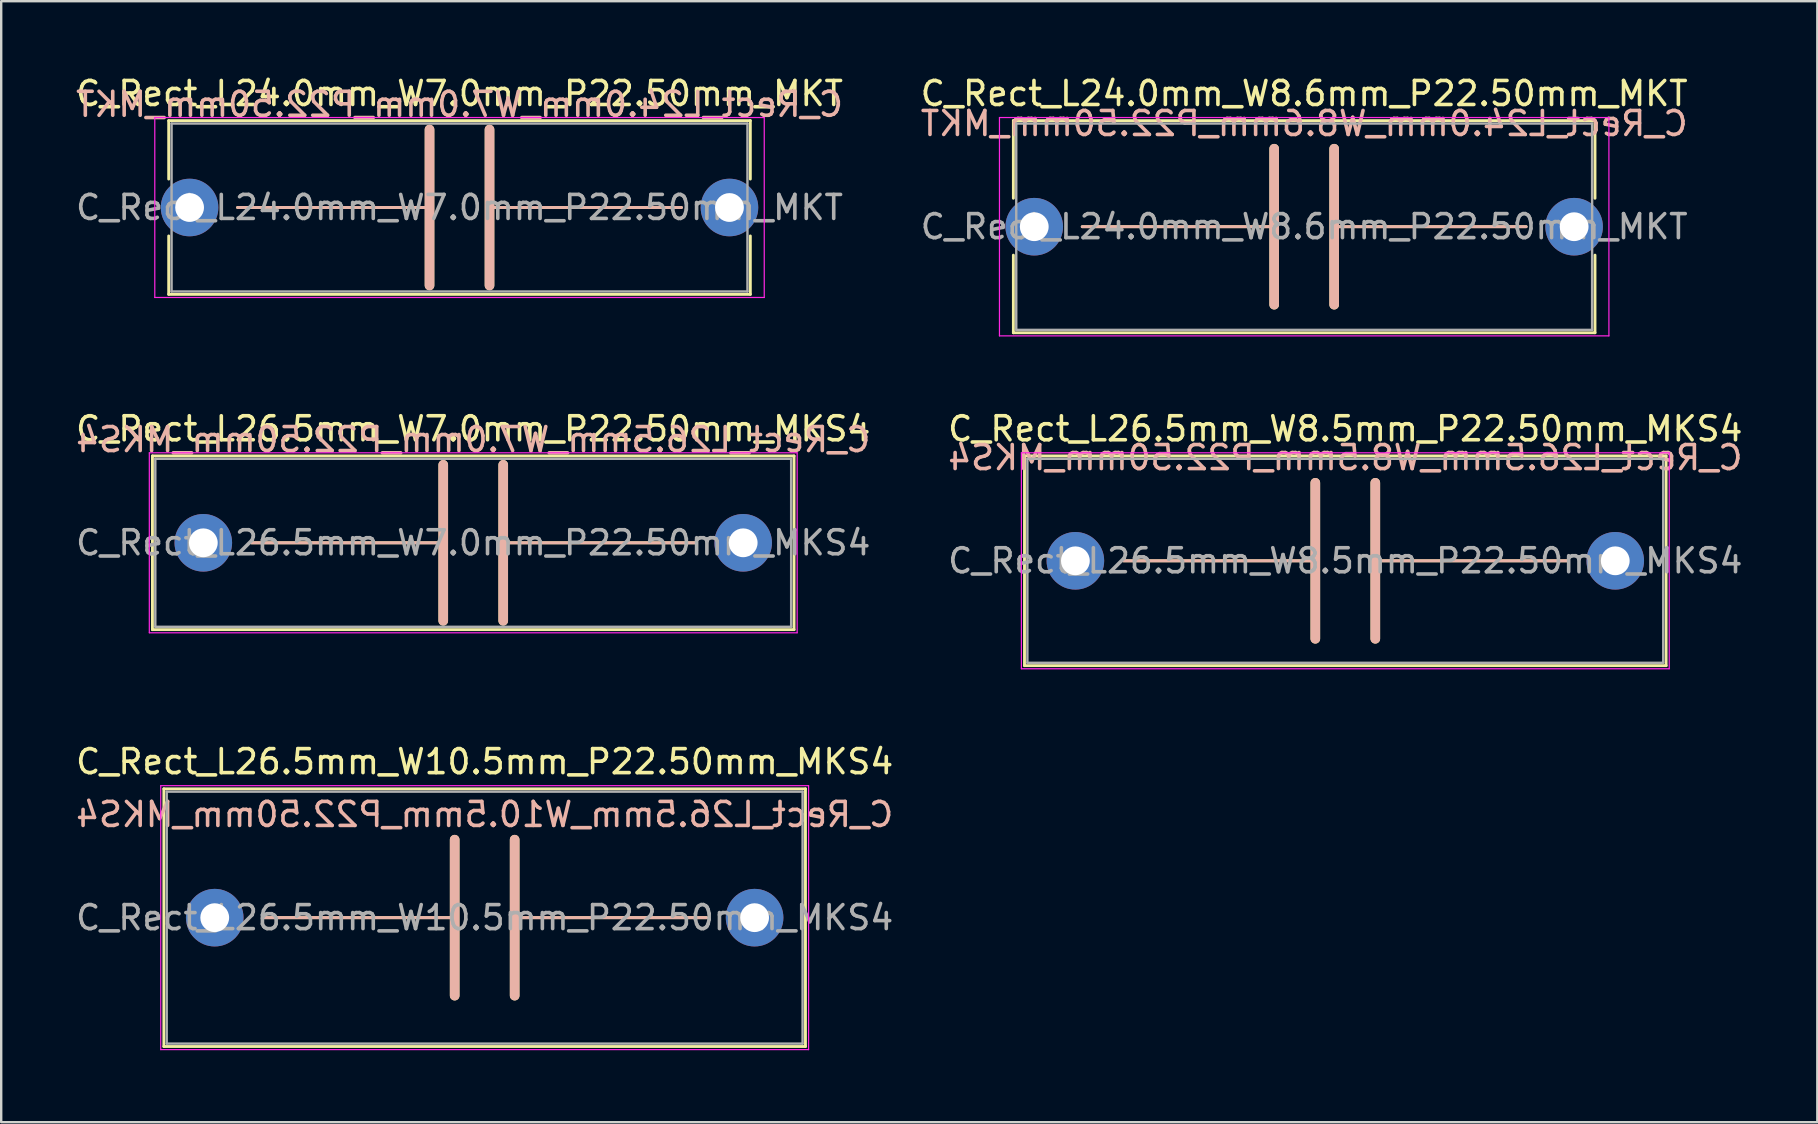
<source format=kicad_pcb>
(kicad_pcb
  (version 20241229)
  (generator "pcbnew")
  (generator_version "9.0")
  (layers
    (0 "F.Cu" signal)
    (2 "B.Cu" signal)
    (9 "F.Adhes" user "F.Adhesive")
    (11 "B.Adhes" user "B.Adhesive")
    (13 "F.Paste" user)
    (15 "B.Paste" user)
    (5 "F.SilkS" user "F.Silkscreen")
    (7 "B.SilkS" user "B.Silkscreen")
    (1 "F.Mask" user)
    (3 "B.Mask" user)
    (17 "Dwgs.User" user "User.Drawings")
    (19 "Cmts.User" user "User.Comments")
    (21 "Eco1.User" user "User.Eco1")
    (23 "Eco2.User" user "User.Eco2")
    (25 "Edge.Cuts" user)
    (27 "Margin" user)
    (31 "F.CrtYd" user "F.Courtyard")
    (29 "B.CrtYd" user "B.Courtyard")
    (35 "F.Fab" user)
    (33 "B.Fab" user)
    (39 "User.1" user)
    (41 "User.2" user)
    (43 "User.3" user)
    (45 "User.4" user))
  (footprint "C_Rect_L24.0mm_W7.0mm_P22.50mm_MKT"
    (layer "F.Cu")
    (at 4.851 5.598)
    (property "Reference" "C_Rect_L24.0mm_W7.0mm_P22.50mm_MKT" (at 11.25 -4.75 0) (layer "F.SilkS") (effects (font (size 1 1) (thickness 0.15))))
    (fp_line (start -0.87 -3.62) (end -0.87 -1.185) (stroke (width 0.12) (type solid)) (layer "F.SilkS"))
    (fp_line (start -0.87 -3.62) (end 23.37 -3.62) (stroke (width 0.12) (type solid)) (layer "F.SilkS"))
    (fp_line (start -0.87 1.185) (end -0.87 3.62) (stroke (width 0.12) (type solid)) (layer "F.SilkS"))
    (fp_line (start -0.87 3.62) (end 23.37 3.62) (stroke (width 0.12) (type solid)) (layer "F.SilkS"))
    (fp_line (start 2 0) (end 10 0) (stroke (width 0.12) (type solid)) (layer "F.SilkS"))
    (fp_line (start 10 -3.25) (end 10 3.25) (stroke (width 0.4) (type solid)) (layer "F.SilkS"))
    (fp_line (start 12.5 -3.25) (end 12.5 3.25) (stroke (width 0.4) (type solid)) (layer "F.SilkS"))
    (fp_line (start 12.5 0) (end 20.5 0) (stroke (width 0.12) (type solid)) (layer "F.SilkS"))
    (fp_line (start 23.37 -3.62) (end 23.37 -1.185) (stroke (width 0.12) (type solid)) (layer "F.SilkS"))
    (fp_line (start 23.37 1.185) (end 23.37 3.62) (stroke (width 0.12) (type solid)) (layer "F.SilkS"))
    (fp_line (start 2 0) (end 10 0) (stroke (width 0.12) (type solid)) (layer "B.SilkS"))
    (fp_line (start 10 3.25) (end 10 -3.25) (stroke (width 0.4) (type solid)) (layer "B.SilkS"))
    (fp_line (start 12.5 0) (end 20.5 0) (stroke (width 0.12) (type solid)) (layer "B.SilkS"))
    (fp_line (start 12.5 3.25) (end 12.5 -3.25) (stroke (width 0.4) (type solid)) (layer "B.SilkS"))
    (fp_line (start -1.45 -3.75) (end -1.45 3.75) (stroke (width 0.05) (type solid)) (layer "F.CrtYd"))
    (fp_line (start -1.45 3.75) (end 23.95 3.75) (stroke (width 0.05) (type solid)) (layer "F.CrtYd"))
    (fp_line (start 23.95 -3.75) (end -1.45 -3.75) (stroke (width 0.05) (type solid)) (layer "F.CrtYd"))
    (fp_line (start 23.95 3.75) (end 23.95 -3.75) (stroke (width 0.05) (type solid)) (layer "F.CrtYd"))
    (fp_line (start -0.75 -3.5) (end -0.75 3.5) (stroke (width 0.1) (type solid)) (layer "F.Fab"))
    (fp_line (start -0.75 3.5) (end 23.25 3.5) (stroke (width 0.1) (type solid)) (layer "F.Fab"))
    (fp_line (start 23.25 -3.5) (end -0.75 -3.5) (stroke (width 0.1) (type solid)) (layer "F.Fab"))
    (fp_line (start 23.25 3.5) (end 23.25 -3.5) (stroke (width 0.1) (type solid)) (layer "F.Fab"))
    (fp_text user "${REFERENCE}" (at 11.25 -4.3 0) (layer "B.SilkS") (effects (font (size 1 1) (thickness 0.15)) (justify mirror)))
    (fp_text user "${REFERENCE}" (at 11.25 0 0) (layer "F.Fab") (effects (font (size 1 1) (thickness 0.15))))
    (pad "1" thru_hole circle (at 0 0) (size 2.4 2.4) (drill 1.2) (layers "*.Cu" "*.Mask"))
    (pad "2" thru_hole circle (at 22.5 0) (size 2.4 2.4) (drill 1.2) (layers "*.Cu" "*.Mask")))
  (footprint "C_Rect_L26.5mm_W7.0mm_P22.50mm_MKS4"
    (layer "F.Cu")
    (at 5.423 19.572)
    (property "Reference" "C_Rect_L26.5mm_W7.0mm_P22.50mm_MKS4" (at 11.25 -4.75 0) (layer "F.SilkS") (effects (font (size 1 1) (thickness 0.15))))
    (fp_line (start -2.12 -3.62) (end -2.12 3.62) (stroke (width 0.12) (type solid)) (layer "F.SilkS"))
    (fp_line (start -2.12 -3.62) (end 24.62 -3.62) (stroke (width 0.12) (type solid)) (layer "F.SilkS"))
    (fp_line (start -2.12 3.62) (end 24.62 3.62) (stroke (width 0.12) (type solid)) (layer "F.SilkS"))
    (fp_line (start 2 0) (end 10 0) (stroke (width 0.12) (type solid)) (layer "F.SilkS"))
    (fp_line (start 10 -3.25) (end 10 3.25) (stroke (width 0.4) (type solid)) (layer "F.SilkS"))
    (fp_line (start 12.5 -3.25) (end 12.5 3.25) (stroke (width 0.4) (type solid)) (layer "F.SilkS"))
    (fp_line (start 12.5 0) (end 20.5 0) (stroke (width 0.12) (type solid)) (layer "F.SilkS"))
    (fp_line (start 24.62 -3.62) (end 24.62 3.62) (stroke (width 0.12) (type solid)) (layer "F.SilkS"))
    (fp_line (start 2 0) (end 10 0) (stroke (width 0.12) (type solid)) (layer "B.SilkS"))
    (fp_line (start 10 3.25) (end 10 -3.25) (stroke (width 0.4) (type solid)) (layer "B.SilkS"))
    (fp_line (start 12.5 0) (end 20.5 0) (stroke (width 0.12) (type solid)) (layer "B.SilkS"))
    (fp_line (start 12.5 3.25) (end 12.5 -3.25) (stroke (width 0.4) (type solid)) (layer "B.SilkS"))
    (fp_line (start -2.25 -3.75) (end -2.25 3.75) (stroke (width 0.05) (type solid)) (layer "F.CrtYd"))
    (fp_line (start -2.25 3.75) (end 24.75 3.75) (stroke (width 0.05) (type solid)) (layer "F.CrtYd"))
    (fp_line (start 24.75 -3.75) (end -2.25 -3.75) (stroke (width 0.05) (type solid)) (layer "F.CrtYd"))
    (fp_line (start 24.75 3.75) (end 24.75 -3.75) (stroke (width 0.05) (type solid)) (layer "F.CrtYd"))
    (fp_line (start -2 -3.5) (end -2 3.5) (stroke (width 0.1) (type solid)) (layer "F.Fab"))
    (fp_line (start -2 3.5) (end 24.5 3.5) (stroke (width 0.1) (type solid)) (layer "F.Fab"))
    (fp_line (start 24.5 -3.5) (end -2 -3.5) (stroke (width 0.1) (type solid)) (layer "F.Fab"))
    (fp_line (start 24.5 3.5) (end 24.5 -3.5) (stroke (width 0.1) (type solid)) (layer "F.Fab"))
    (fp_text user "${REFERENCE}" (at 11.25 -4.3 0) (layer "B.SilkS") (effects (font (size 1 1) (thickness 0.15)) (justify mirror)))
    (fp_text user "${REFERENCE}" (at 11.25 0 0) (layer "F.Fab") (effects (font (size 1 1) (thickness 0.15))))
    (pad "1" thru_hole circle (at 0 0) (size 2.4 2.4) (drill 1.2) (layers "*.Cu" "*.Mask"))
    (pad "2" thru_hole circle (at 22.5 0) (size 2.4 2.4) (drill 1.2) (layers "*.Cu" "*.Mask")))
  (footprint "C_Rect_L24.0mm_W8.6mm_P22.50mm_MKT"
    (layer "F.Cu")
    (at 40.054 6.398)
    (property "Reference" "C_Rect_L24.0mm_W8.6mm_P22.50mm_MKT" (at 11.25 -5.55 0) (layer "F.SilkS") (effects (font (size 1 1) (thickness 0.15))))
    (fp_line (start -0.87 -4.42) (end -0.87 -1.185) (stroke (width 0.12) (type solid)) (layer "F.SilkS"))
    (fp_line (start -0.87 -4.42) (end 23.37 -4.42) (stroke (width 0.12) (type solid)) (layer "F.SilkS"))
    (fp_line (start -0.87 1.185) (end -0.87 4.42) (stroke (width 0.12) (type solid)) (layer "F.SilkS"))
    (fp_line (start -0.87 4.42) (end 23.37 4.42) (stroke (width 0.12) (type solid)) (layer "F.SilkS"))
    (fp_line (start 2 0) (end 10 0) (stroke (width 0.12) (type solid)) (layer "F.SilkS"))
    (fp_line (start 10 -3.25) (end 10 3.25) (stroke (width 0.4) (type solid)) (layer "F.SilkS"))
    (fp_line (start 12.5 -3.25) (end 12.5 3.25) (stroke (width 0.4) (type solid)) (layer "F.SilkS"))
    (fp_line (start 12.5 0) (end 20.5 0) (stroke (width 0.12) (type solid)) (layer "F.SilkS"))
    (fp_line (start 23.37 -4.42) (end 23.37 -1.185) (stroke (width 0.12) (type solid)) (layer "F.SilkS"))
    (fp_line (start 23.37 1.185) (end 23.37 4.42) (stroke (width 0.12) (type solid)) (layer "F.SilkS"))
    (fp_line (start 2 0) (end 10 0) (stroke (width 0.12) (type solid)) (layer "B.SilkS"))
    (fp_line (start 10 3.25) (end 10 -3.25) (stroke (width 0.4) (type solid)) (layer "B.SilkS"))
    (fp_line (start 12.5 0) (end 20.5 0) (stroke (width 0.12) (type solid)) (layer "B.SilkS"))
    (fp_line (start 12.5 3.25) (end 12.5 -3.25) (stroke (width 0.4) (type solid)) (layer "B.SilkS"))
    (fp_line (start -1.45 -4.55) (end -1.45 4.55) (stroke (width 0.05) (type solid)) (layer "F.CrtYd"))
    (fp_line (start -1.45 4.55) (end 23.95 4.55) (stroke (width 0.05) (type solid)) (layer "F.CrtYd"))
    (fp_line (start 23.95 -4.55) (end -1.45 -4.55) (stroke (width 0.05) (type solid)) (layer "F.CrtYd"))
    (fp_line (start 23.95 4.55) (end 23.95 -4.55) (stroke (width 0.05) (type solid)) (layer "F.CrtYd"))
    (fp_line (start -0.75 -4.3) (end -0.75 4.3) (stroke (width 0.1) (type solid)) (layer "F.Fab"))
    (fp_line (start -0.75 4.3) (end 23.25 4.3) (stroke (width 0.1) (type solid)) (layer "F.Fab"))
    (fp_line (start 23.25 -4.3) (end -0.75 -4.3) (stroke (width 0.1) (type solid)) (layer "F.Fab"))
    (fp_line (start 23.25 4.3) (end 23.25 -4.3) (stroke (width 0.1) (type solid)) (layer "F.Fab"))
    (fp_text user "${REFERENCE}" (at 11.25 -4.3 0) (layer "B.SilkS") (effects (font (size 1 1) (thickness 0.15)) (justify mirror)))
    (fp_text user "${REFERENCE}" (at 11.25 0 0) (layer "F.Fab") (effects (font (size 1 1) (thickness 0.15))))
    (pad "1" thru_hole circle (at 0 0) (size 2.4 2.4) (drill 1.2) (layers "*.Cu" "*.Mask"))
    (pad "2" thru_hole circle (at 22.5 0) (size 2.4 2.4) (drill 1.2) (layers "*.Cu" "*.Mask")))
  (footprint "C_Rect_L26.5mm_W8.5mm_P22.50mm_MKS4"
    (layer "F.Cu")
    (at 41.768 20.322)
    (property "Reference" "C_Rect_L26.5mm_W8.5mm_P22.50mm_MKS4" (at 11.25 -5.5 0) (layer "F.SilkS") (effects (font (size 1 1) (thickness 0.15))))
    (fp_line (start -2.12 -4.37) (end -2.12 4.37) (stroke (width 0.12) (type solid)) (layer "F.SilkS"))
    (fp_line (start -2.12 -4.37) (end 24.62 -4.37) (stroke (width 0.12) (type solid)) (layer "F.SilkS"))
    (fp_line (start -2.12 4.37) (end 24.62 4.37) (stroke (width 0.12) (type solid)) (layer "F.SilkS"))
    (fp_line (start 2 0) (end 10 0) (stroke (width 0.12) (type solid)) (layer "F.SilkS"))
    (fp_line (start 10 -3.25) (end 10 3.25) (stroke (width 0.4) (type solid)) (layer "F.SilkS"))
    (fp_line (start 12.5 -3.25) (end 12.5 3.25) (stroke (width 0.4) (type solid)) (layer "F.SilkS"))
    (fp_line (start 12.5 0) (end 20.5 0) (stroke (width 0.12) (type solid)) (layer "F.SilkS"))
    (fp_line (start 24.62 -4.37) (end 24.62 4.37) (stroke (width 0.12) (type solid)) (layer "F.SilkS"))
    (fp_line (start 2 0) (end 10 0) (stroke (width 0.12) (type solid)) (layer "B.SilkS"))
    (fp_line (start 10 3.25) (end 10 -3.25) (stroke (width 0.4) (type solid)) (layer "B.SilkS"))
    (fp_line (start 12.5 0) (end 20.5 0) (stroke (width 0.12) (type solid)) (layer "B.SilkS"))
    (fp_line (start 12.5 3.25) (end 12.5 -3.25) (stroke (width 0.4) (type solid)) (layer "B.SilkS"))
    (fp_line (start -2.25 -4.5) (end -2.25 4.5) (stroke (width 0.05) (type solid)) (layer "F.CrtYd"))
    (fp_line (start -2.25 4.5) (end 24.75 4.5) (stroke (width 0.05) (type solid)) (layer "F.CrtYd"))
    (fp_line (start 24.75 -4.5) (end -2.25 -4.5) (stroke (width 0.05) (type solid)) (layer "F.CrtYd"))
    (fp_line (start 24.75 4.5) (end 24.75 -4.5) (stroke (width 0.05) (type solid)) (layer "F.CrtYd"))
    (fp_line (start -2 -4.25) (end -2 4.25) (stroke (width 0.1) (type solid)) (layer "F.Fab"))
    (fp_line (start -2 4.25) (end 24.5 4.25) (stroke (width 0.1) (type solid)) (layer "F.Fab"))
    (fp_line (start 24.5 -4.25) (end -2 -4.25) (stroke (width 0.1) (type solid)) (layer "F.Fab"))
    (fp_line (start 24.5 4.25) (end 24.5 -4.25) (stroke (width 0.1) (type solid)) (layer "F.Fab"))
    (fp_text user "${REFERENCE}" (at 11.25 -4.3 0) (layer "B.SilkS") (effects (font (size 1 1) (thickness 0.15)) (justify mirror)))
    (fp_text user "${REFERENCE}" (at 11.25 0 0) (layer "F.Fab") (effects (font (size 1 1) (thickness 0.15))))
    (pad "1" thru_hole circle (at 0 0) (size 2.4 2.4) (drill 1.2) (layers "*.Cu" "*.Mask"))
    (pad "2" thru_hole circle (at 22.5 0) (size 2.4 2.4) (drill 1.2) (layers "*.Cu" "*.Mask")))
  (footprint "C_Rect_L26.5mm_W10.5mm_P22.50mm_MKS4"
    (layer "F.Cu")
    (at 5.899 35.195)
    (property "Reference" "C_Rect_L26.5mm_W10.5mm_P22.50mm_MKS4" (at 11.25 -6.5 0) (layer "F.SilkS") (effects (font (size 1 1) (thickness 0.15))))
    (fp_line (start -2.12 -5.37) (end -2.12 5.37) (stroke (width 0.12) (type solid)) (layer "F.SilkS"))
    (fp_line (start -2.12 -5.37) (end 24.62 -5.37) (stroke (width 0.12) (type solid)) (layer "F.SilkS"))
    (fp_line (start -2.12 5.37) (end 24.62 5.37) (stroke (width 0.12) (type solid)) (layer "F.SilkS"))
    (fp_line (start 2 0) (end 10 0) (stroke (width 0.12) (type solid)) (layer "F.SilkS"))
    (fp_line (start 10 -3.25) (end 10 3.25) (stroke (width 0.4) (type solid)) (layer "F.SilkS"))
    (fp_line (start 12.5 -3.25) (end 12.5 3.25) (stroke (width 0.4) (type solid)) (layer "F.SilkS"))
    (fp_line (start 12.5 0) (end 20.5 0) (stroke (width 0.12) (type solid)) (layer "F.SilkS"))
    (fp_line (start 24.62 -5.37) (end 24.62 5.37) (stroke (width 0.12) (type solid)) (layer "F.SilkS"))
    (fp_line (start 2 0) (end 10 0) (stroke (width 0.12) (type solid)) (layer "B.SilkS"))
    (fp_line (start 10 3.25) (end 10 -3.25) (stroke (width 0.4) (type solid)) (layer "B.SilkS"))
    (fp_line (start 12.5 0) (end 20.5 0) (stroke (width 0.12) (type solid)) (layer "B.SilkS"))
    (fp_line (start 12.5 3.25) (end 12.5 -3.25) (stroke (width 0.4) (type solid)) (layer "B.SilkS"))
    (fp_line (start -2.25 -5.5) (end -2.25 5.5) (stroke (width 0.05) (type solid)) (layer "F.CrtYd"))
    (fp_line (start -2.25 5.5) (end 24.75 5.5) (stroke (width 0.05) (type solid)) (layer "F.CrtYd"))
    (fp_line (start 24.75 -5.5) (end -2.25 -5.5) (stroke (width 0.05) (type solid)) (layer "F.CrtYd"))
    (fp_line (start 24.75 5.5) (end 24.75 -5.5) (stroke (width 0.05) (type solid)) (layer "F.CrtYd"))
    (fp_line (start -2 -5.25) (end -2 5.25) (stroke (width 0.1) (type solid)) (layer "F.Fab"))
    (fp_line (start -2 5.25) (end 24.5 5.25) (stroke (width 0.1) (type solid)) (layer "F.Fab"))
    (fp_line (start 24.5 -5.25) (end -2 -5.25) (stroke (width 0.1) (type solid)) (layer "F.Fab"))
    (fp_line (start 24.5 5.25) (end 24.5 -5.25) (stroke (width 0.1) (type solid)) (layer "F.Fab"))
    (fp_text user "${REFERENCE}" (at 11.25 -4.3 0) (layer "B.SilkS") (effects (font (size 1 1) (thickness 0.15)) (justify mirror)))
    (fp_text user "${REFERENCE}" (at 11.25 0 0) (layer "F.Fab") (effects (font (size 1 1) (thickness 0.15))))
    (pad "1" thru_hole circle (at 0 0) (size 2.4 2.4) (drill 1.2) (layers "*.Cu" "*.Mask"))
    (pad "2" thru_hole circle (at 22.5 0) (size 2.4 2.4) (drill 1.2) (layers "*.Cu" "*.Mask")))
  (gr_rect
    (start -3 -3)
    (end 72.69 43.72)
    (stroke (width 0.1) (type default))
    (fill no)
    (layer "Edge.Cuts")))
</source>
